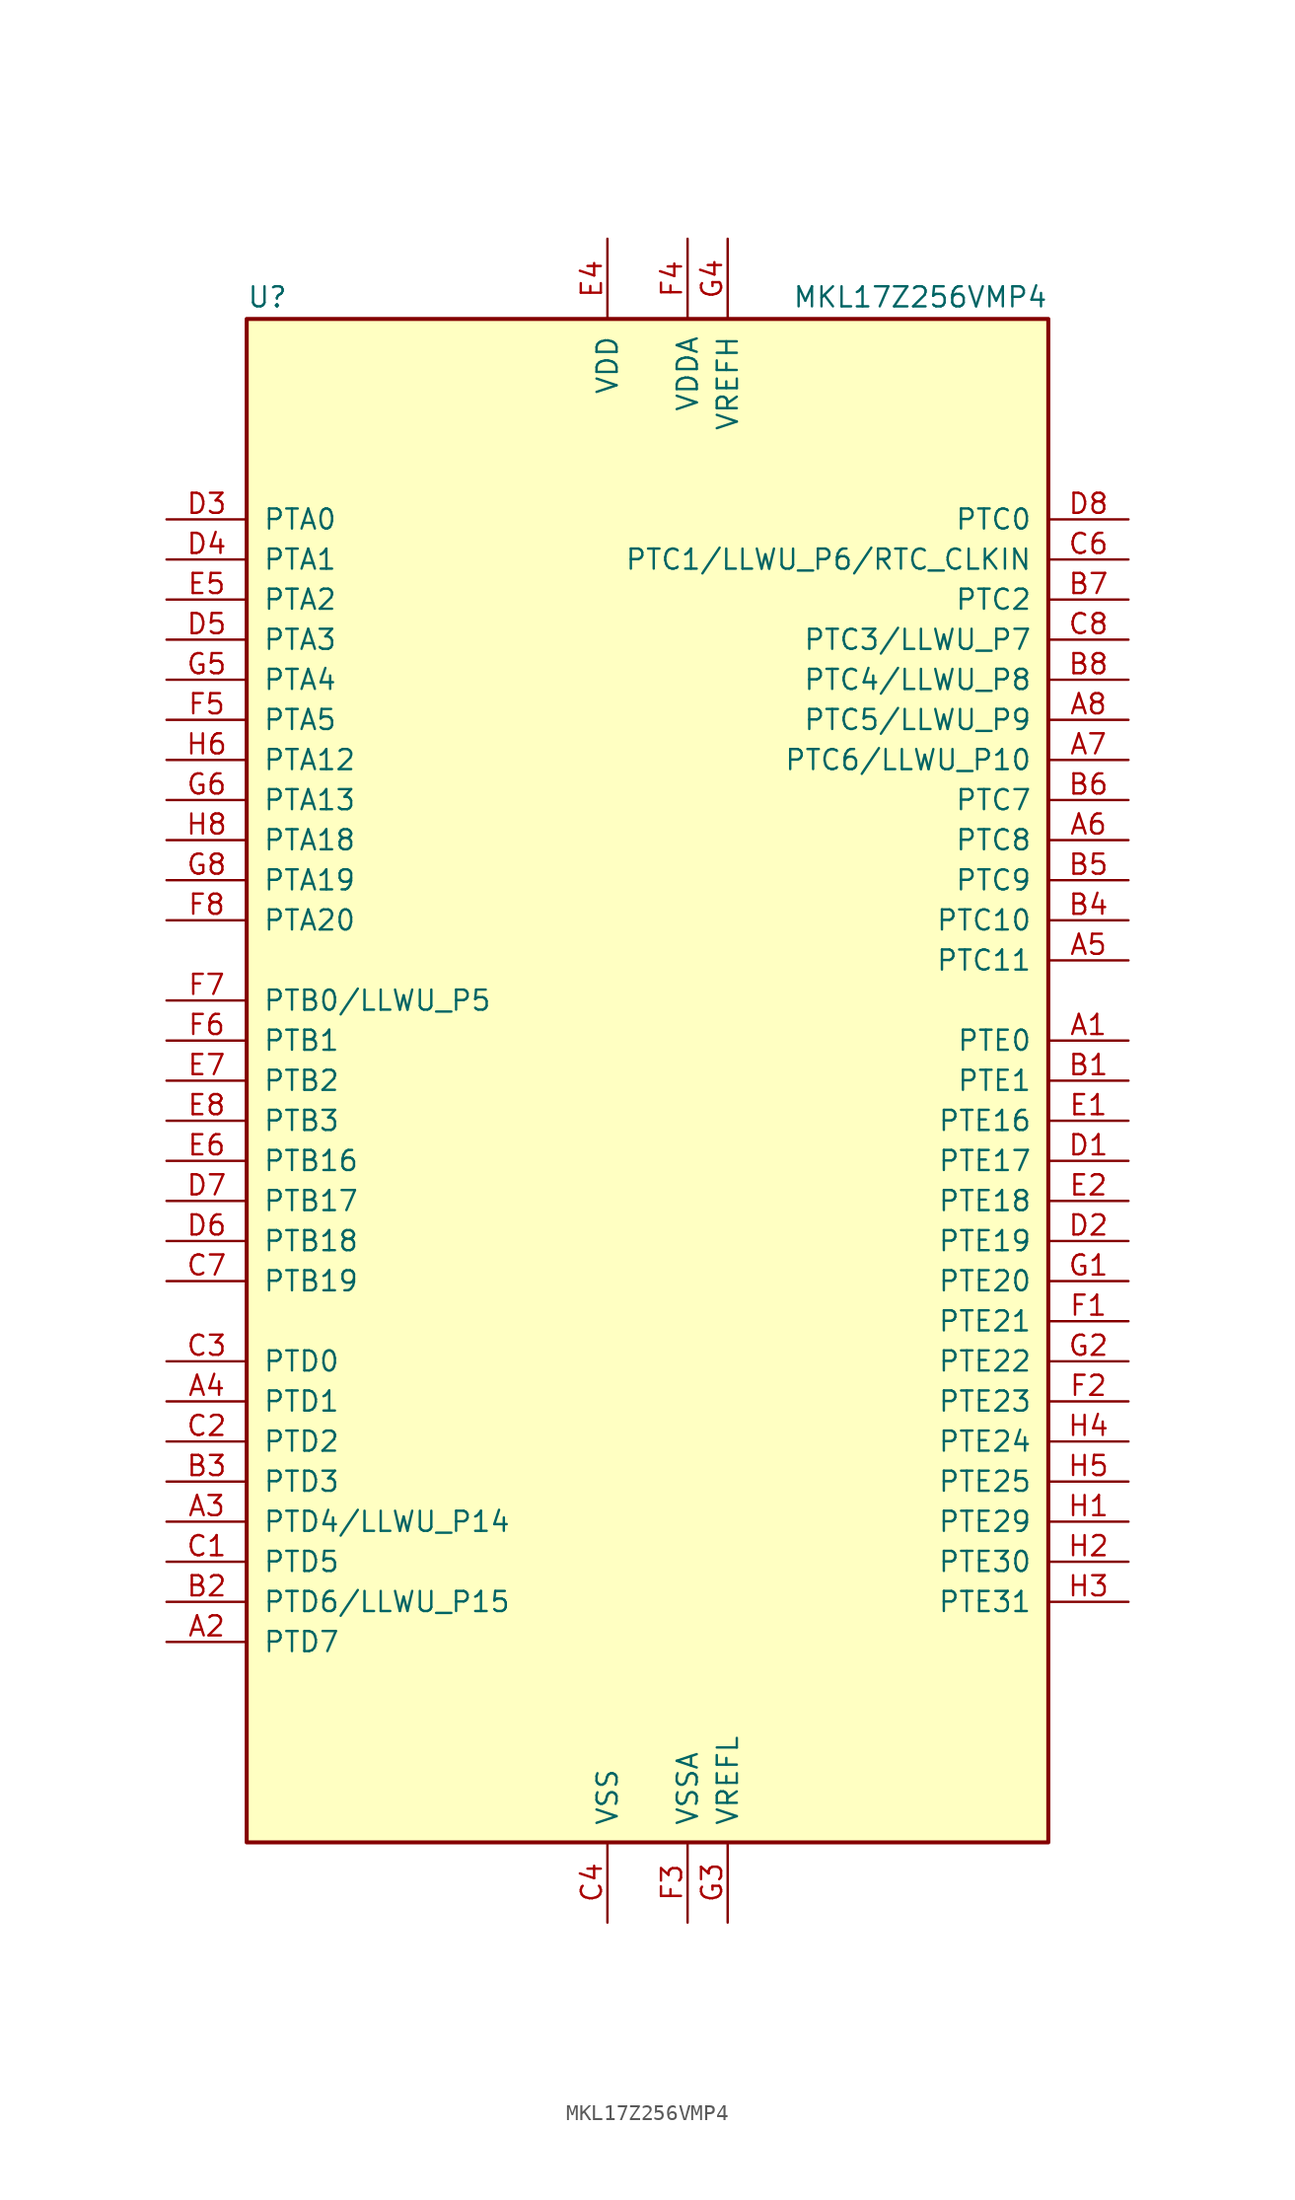
<source format=kicad_sym>
(kicad_symbol_lib
  (version 20200908)
  (generator kicad_symbol_editor)
  (symbol "MCU_NXP_Kinetis:MKL17Z256VMP4"
    (pin_names
      (offset 1.016))
    (property "Reference" "U"
      (at -25.4 48.895 0)
      (effects (font (size 1.27 1.27)) (justify left bottom)))
    (property "Value" "MKL17Z256VMP4"
      (at 25.4 48.895 0)
      (effects (font (size 1.27 1.27)) (justify right bottom)))
    (symbol "MKL17Z256VMP4_0_1"
      (rectangle (start -25.4 48.26) (end 25.4 -48.26) (stroke (width 0.254)) (fill (type background))))
    (symbol "MKL17Z256VMP4_1_1"
      (pin bidirectional line (at 30.48 2.54 180) (length 5.08) (name "PTE0" (effects (font (size 1.27 1.27)))) (number "A1" (effects (font (size 1.27 1.27)))))
      (pin bidirectional line (at -30.48 -35.56 0) (length 5.08) (name "PTD7" (effects (font (size 1.27 1.27)))) (number "A2" (effects (font (size 1.27 1.27)))))
      (pin bidirectional line (at -30.48 -27.94 0) (length 5.08) (name "PTD4/LLWU_P14" (effects (font (size 1.27 1.27)))) (number "A3" (effects (font (size 1.27 1.27)))))
      (pin bidirectional line (at -30.48 -20.32 0) (length 5.08) (name "PTD1" (effects (font (size 1.27 1.27)))) (number "A4" (effects (font (size 1.27 1.27)))))
      (pin bidirectional line (at 30.48 7.62 180) (length 5.08) (name "PTC11" (effects (font (size 1.27 1.27)))) (number "A5" (effects (font (size 1.27 1.27)))))
      (pin bidirectional line (at 30.48 15.24 180) (length 5.08) (name "PTC8" (effects (font (size 1.27 1.27)))) (number "A6" (effects (font (size 1.27 1.27)))))
      (pin bidirectional line (at 30.48 20.32 180) (length 5.08) (name "PTC6/LLWU_P10" (effects (font (size 1.27 1.27)))) (number "A7" (effects (font (size 1.27 1.27)))))
      (pin bidirectional line (at 30.48 22.86 180) (length 5.08) (name "PTC5/LLWU_P9" (effects (font (size 1.27 1.27)))) (number "A8" (effects (font (size 1.27 1.27)))))
      (pin bidirectional line (at 30.48 0 180) (length 5.08) (name "PTE1" (effects (font (size 1.27 1.27)))) (number "B1" (effects (font (size 1.27 1.27)))))
      (pin bidirectional line (at -30.48 -33.02 0) (length 5.08) (name "PTD6/LLWU_P15" (effects (font (size 1.27 1.27)))) (number "B2" (effects (font (size 1.27 1.27)))))
      (pin bidirectional line (at -30.48 -25.4 0) (length 5.08) (name "PTD3" (effects (font (size 1.27 1.27)))) (number "B3" (effects (font (size 1.27 1.27)))))
      (pin bidirectional line (at 30.48 10.16 180) (length 5.08) (name "PTC10" (effects (font (size 1.27 1.27)))) (number "B4" (effects (font (size 1.27 1.27)))))
      (pin bidirectional line (at 30.48 12.7 180) (length 5.08) (name "PTC9" (effects (font (size 1.27 1.27)))) (number "B5" (effects (font (size 1.27 1.27)))))
      (pin bidirectional line (at 30.48 17.78 180) (length 5.08) (name "PTC7" (effects (font (size 1.27 1.27)))) (number "B6" (effects (font (size 1.27 1.27)))))
      (pin bidirectional line (at 30.48 30.48 180) (length 5.08) (name "PTC2" (effects (font (size 1.27 1.27)))) (number "B7" (effects (font (size 1.27 1.27)))))
      (pin bidirectional line (at 30.48 25.4 180) (length 5.08) (name "PTC4/LLWU_P8" (effects (font (size 1.27 1.27)))) (number "B8" (effects (font (size 1.27 1.27)))))
      (pin bidirectional line (at -30.48 -30.48 0) (length 5.08) (name "PTD5" (effects (font (size 1.27 1.27)))) (number "C1" (effects (font (size 1.27 1.27)))))
      (pin bidirectional line (at -30.48 -22.86 0) (length 5.08) (name "PTD2" (effects (font (size 1.27 1.27)))) (number "C2" (effects (font (size 1.27 1.27)))))
      (pin bidirectional line (at -30.48 -17.78 0) (length 5.08) (name "PTD0" (effects (font (size 1.27 1.27)))) (number "C3" (effects (font (size 1.27 1.27)))))
      (pin power_in line (at -2.54 -53.34 90) (length 5.08) (name "VSS" (effects (font (size 1.27 1.27)))) (number "C4" (effects (font (size 1.27 1.27)))))
      (pin unconnected line (at -15.24 -53.34 90) (length 5.08) hide (name "NC" (effects (font (size 1.27 1.27)))) (number "C5" (effects (font (size 1.27 1.27)))))
      (pin bidirectional line (at 30.48 33.02 180) (length 5.08) (name "PTC1/LLWU_P6/RTC_CLKIN" (effects (font (size 1.27 1.27)))) (number "C6" (effects (font (size 1.27 1.27)))))
      (pin bidirectional line (at -30.48 -12.7 0) (length 5.08) (name "PTB19" (effects (font (size 1.27 1.27)))) (number "C7" (effects (font (size 1.27 1.27)))))
      (pin bidirectional line (at 30.48 27.94 180) (length 5.08) (name "PTC3/LLWU_P7" (effects (font (size 1.27 1.27)))) (number "C8" (effects (font (size 1.27 1.27)))))
      (pin bidirectional line (at 30.48 -5.08 180) (length 5.08) (name "PTE17" (effects (font (size 1.27 1.27)))) (number "D1" (effects (font (size 1.27 1.27)))))
      (pin bidirectional line (at 30.48 -10.16 180) (length 5.08) (name "PTE19" (effects (font (size 1.27 1.27)))) (number "D2" (effects (font (size 1.27 1.27)))))
      (pin bidirectional line (at -30.48 35.56 0) (length 5.08) (name "PTA0" (effects (font (size 1.27 1.27)))) (number "D3" (effects (font (size 1.27 1.27)))))
      (pin bidirectional line (at -30.48 33.02 0) (length 5.08) (name "PTA1" (effects (font (size 1.27 1.27)))) (number "D4" (effects (font (size 1.27 1.27)))))
      (pin bidirectional line (at -30.48 27.94 0) (length 5.08) (name "PTA3" (effects (font (size 1.27 1.27)))) (number "D5" (effects (font (size 1.27 1.27)))))
      (pin bidirectional line (at -30.48 -10.16 0) (length 5.08) (name "PTB18" (effects (font (size 1.27 1.27)))) (number "D6" (effects (font (size 1.27 1.27)))))
      (pin bidirectional line (at -30.48 -7.62 0) (length 5.08) (name "PTB17" (effects (font (size 1.27 1.27)))) (number "D7" (effects (font (size 1.27 1.27)))))
      (pin bidirectional line (at 30.48 35.56 180) (length 5.08) (name "PTC0" (effects (font (size 1.27 1.27)))) (number "D8" (effects (font (size 1.27 1.27)))))
      (pin bidirectional line (at 30.48 -2.54 180) (length 5.08) (name "PTE16" (effects (font (size 1.27 1.27)))) (number "E1" (effects (font (size 1.27 1.27)))))
      (pin bidirectional line (at 30.48 -7.62 180) (length 5.08) (name "PTE18" (effects (font (size 1.27 1.27)))) (number "E2" (effects (font (size 1.27 1.27)))))
      (pin passive line (at -2.54 -53.34 90) (length 5.08) hide (name "VSS" (effects (font (size 1.27 1.27)))) (number "E3" (effects (font (size 1.27 1.27)))))
      (pin power_in line (at -2.54 53.34 270) (length 5.08) (name "VDD" (effects (font (size 1.27 1.27)))) (number "E4" (effects (font (size 1.27 1.27)))))
      (pin bidirectional line (at -30.48 30.48 0) (length 5.08) (name "PTA2" (effects (font (size 1.27 1.27)))) (number "E5" (effects (font (size 1.27 1.27)))))
      (pin bidirectional line (at -30.48 -5.08 0) (length 5.08) (name "PTB16" (effects (font (size 1.27 1.27)))) (number "E6" (effects (font (size 1.27 1.27)))))
      (pin bidirectional line (at -30.48 0 0) (length 5.08) (name "PTB2" (effects (font (size 1.27 1.27)))) (number "E7" (effects (font (size 1.27 1.27)))))
      (pin bidirectional line (at -30.48 -2.54 0) (length 5.08) (name "PTB3" (effects (font (size 1.27 1.27)))) (number "E8" (effects (font (size 1.27 1.27)))))
      (pin bidirectional line (at 30.48 -15.24 180) (length 5.08) (name "PTE21" (effects (font (size 1.27 1.27)))) (number "F1" (effects (font (size 1.27 1.27)))))
      (pin bidirectional line (at 30.48 -20.32 180) (length 5.08) (name "PTE23" (effects (font (size 1.27 1.27)))) (number "F2" (effects (font (size 1.27 1.27)))))
      (pin power_in line (at 2.54 -53.34 90) (length 5.08) (name "VSSA" (effects (font (size 1.27 1.27)))) (number "F3" (effects (font (size 1.27 1.27)))))
      (pin power_in line (at 2.54 53.34 270) (length 5.08) (name "VDDA" (effects (font (size 1.27 1.27)))) (number "F4" (effects (font (size 1.27 1.27)))))
      (pin bidirectional line (at -30.48 22.86 0) (length 5.08) (name "PTA5" (effects (font (size 1.27 1.27)))) (number "F5" (effects (font (size 1.27 1.27)))))
      (pin bidirectional line (at -30.48 2.54 0) (length 5.08) (name "PTB1" (effects (font (size 1.27 1.27)))) (number "F6" (effects (font (size 1.27 1.27)))))
      (pin bidirectional line (at -30.48 5.08 0) (length 5.08) (name "PTB0/LLWU_P5" (effects (font (size 1.27 1.27)))) (number "F7" (effects (font (size 1.27 1.27)))))
      (pin bidirectional line (at -30.48 10.16 0) (length 5.08) (name "PTA20" (effects (font (size 1.27 1.27)))) (number "F8" (effects (font (size 1.27 1.27)))))
      (pin bidirectional line (at 30.48 -12.7 180) (length 5.08) (name "PTE20" (effects (font (size 1.27 1.27)))) (number "G1" (effects (font (size 1.27 1.27)))))
      (pin bidirectional line (at 30.48 -17.78 180) (length 5.08) (name "PTE22" (effects (font (size 1.27 1.27)))) (number "G2" (effects (font (size 1.27 1.27)))))
      (pin power_in line (at 5.08 -53.34 90) (length 5.08) (name "VREFL" (effects (font (size 1.27 1.27)))) (number "G3" (effects (font (size 1.27 1.27)))))
      (pin power_in line (at 5.08 53.34 270) (length 5.08) (name "VREFH" (effects (font (size 1.27 1.27)))) (number "G4" (effects (font (size 1.27 1.27)))))
      (pin bidirectional line (at -30.48 25.4 0) (length 5.08) (name "PTA4" (effects (font (size 1.27 1.27)))) (number "G5" (effects (font (size 1.27 1.27)))))
      (pin bidirectional line (at -30.48 17.78 0) (length 5.08) (name "PTA13" (effects (font (size 1.27 1.27)))) (number "G6" (effects (font (size 1.27 1.27)))))
      (pin passive line (at -2.54 53.34 270) (length 5.08) hide (name "VDD" (effects (font (size 1.27 1.27)))) (number "G7" (effects (font (size 1.27 1.27)))))
      (pin bidirectional line (at -30.48 12.7 0) (length 5.08) (name "PTA19" (effects (font (size 1.27 1.27)))) (number "G8" (effects (font (size 1.27 1.27)))))
      (pin bidirectional line (at 30.48 -27.94 180) (length 5.08) (name "PTE29" (effects (font (size 1.27 1.27)))) (number "H1" (effects (font (size 1.27 1.27)))))
      (pin bidirectional line (at 30.48 -30.48 180) (length 5.08) (name "PTE30" (effects (font (size 1.27 1.27)))) (number "H2" (effects (font (size 1.27 1.27)))))
      (pin bidirectional line (at 30.48 -33.02 180) (length 5.08) (name "PTE31" (effects (font (size 1.27 1.27)))) (number "H3" (effects (font (size 1.27 1.27)))))
      (pin bidirectional line (at 30.48 -22.86 180) (length 5.08) (name "PTE24" (effects (font (size 1.27 1.27)))) (number "H4" (effects (font (size 1.27 1.27)))))
      (pin bidirectional line (at 30.48 -25.4 180) (length 5.08) (name "PTE25" (effects (font (size 1.27 1.27)))) (number "H5" (effects (font (size 1.27 1.27)))))
      (pin bidirectional line (at -30.48 20.32 0) (length 5.08) (name "PTA12" (effects (font (size 1.27 1.27)))) (number "H6" (effects (font (size 1.27 1.27)))))
      (pin passive line (at -2.54 -53.34 90) (length 5.08) hide (name "VSS" (effects (font (size 1.27 1.27)))) (number "H7" (effects (font (size 1.27 1.27)))))
      (pin bidirectional line (at -30.48 15.24 0) (length 5.08) (name "PTA18" (effects (font (size 1.27 1.27)))) (number "H8" (effects (font (size 1.27 1.27))))))))
</source>
